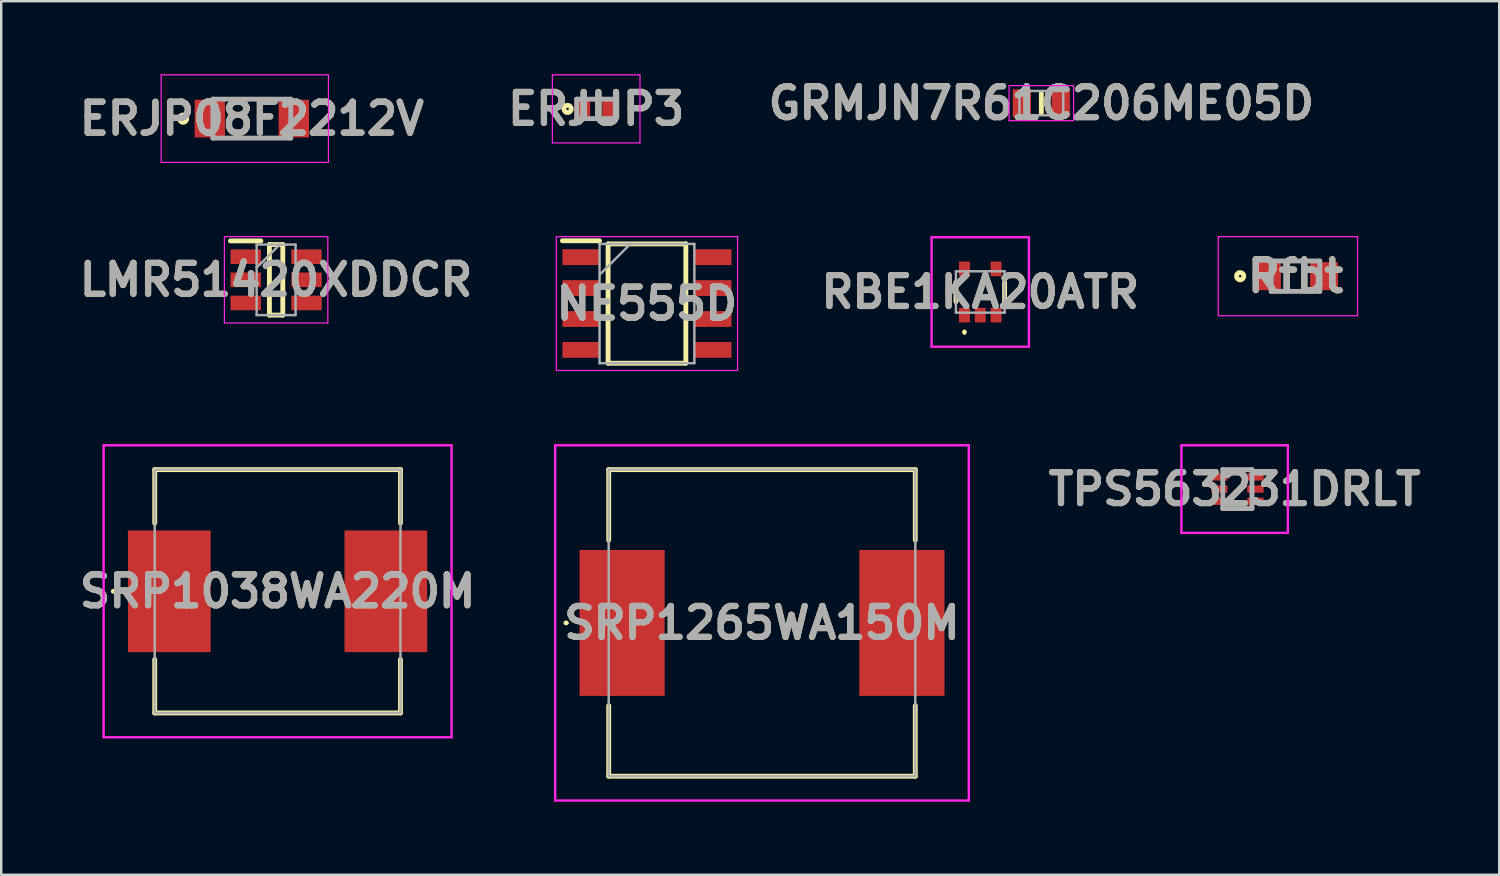
<source format=kicad_pcb>
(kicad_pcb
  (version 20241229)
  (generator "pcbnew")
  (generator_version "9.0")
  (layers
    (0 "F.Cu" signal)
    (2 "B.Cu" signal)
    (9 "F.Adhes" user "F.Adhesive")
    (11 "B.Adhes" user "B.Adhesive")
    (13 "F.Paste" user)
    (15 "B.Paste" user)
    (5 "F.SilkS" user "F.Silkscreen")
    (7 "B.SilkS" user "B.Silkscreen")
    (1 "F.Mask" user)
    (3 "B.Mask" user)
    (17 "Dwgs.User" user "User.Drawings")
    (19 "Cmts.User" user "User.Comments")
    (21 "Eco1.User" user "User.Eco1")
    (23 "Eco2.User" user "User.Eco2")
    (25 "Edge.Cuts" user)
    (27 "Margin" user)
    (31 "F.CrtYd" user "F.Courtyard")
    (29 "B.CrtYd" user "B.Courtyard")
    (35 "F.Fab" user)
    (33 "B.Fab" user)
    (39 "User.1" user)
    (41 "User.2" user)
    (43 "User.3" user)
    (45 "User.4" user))
  (footprint "ERJUP3"
    (layer "F.Cu")
    (at 21.451 1.425)
    (property "Reference" "ERJUP3" (at 0 0 0) (layer "F.SilkS") (effects (font (size 1.27 1.27) (thickness 0.254))))
    (attr smd)
    (fp_circle (center -1.175 0) (end -1.175 0.05) (stroke (width 0.2) (type solid)) (fill no) (layer "F.SilkS"))
    (fp_line (start -1.8 -1.4) (end 1.8 -1.4) (stroke (width 0.05) (type solid)) (layer "F.CrtYd"))
    (fp_line (start -1.8 1.4) (end -1.8 -1.4) (stroke (width 0.05) (type solid)) (layer "F.CrtYd"))
    (fp_line (start 1.8 -1.4) (end 1.8 1.4) (stroke (width 0.05) (type solid)) (layer "F.CrtYd"))
    (fp_line (start 1.8 1.4) (end -1.8 1.4) (stroke (width 0.05) (type solid)) (layer "F.CrtYd"))
    (fp_line (start -0.8 -0.4) (end 0.8 -0.4) (stroke (width 0.2) (type solid)) (layer "F.Fab"))
    (fp_line (start -0.8 0.4) (end -0.8 -0.4) (stroke (width 0.2) (type solid)) (layer "F.Fab"))
    (fp_line (start 0.8 -0.4) (end 0.8 0.4) (stroke (width 0.2) (type solid)) (layer "F.Fab"))
    (fp_line (start 0.8 0.4) (end -0.8 0.4) (stroke (width 0.2) (type solid)) (layer "F.Fab"))
    (fp_text user "${REFERENCE}" (at 0 0 0) (layer "F.Fab") (effects (font (size 1.27 1.27) (thickness 0.254))))
    (pad "1" smd rect (at -0.575 0) (size 0.65 0.9) (layers "F.Cu" "F.Mask" "F.Paste"))
    (pad "2" smd rect (at 0.575 0) (size 0.65 0.9) (layers "F.Cu" "F.Mask" "F.Paste")))
  (footprint "SRP1038WA220M"
    (layer "F.Cu")
    (at 8.358 21.25)
    (property "Reference" "SRP1038WA220M" (at 0 0 0) (layer "F.SilkS") (effects (font (size 1.27 1.27) (thickness 0.254))))
    (attr smd)
    (fp_line (start -6.8 0) (end -6.8 0) (stroke (width 0.1) (type solid)) (layer "F.SilkS"))
    (fp_line (start -6.7 0) (end -6.7 0) (stroke (width 0.1) (type solid)) (layer "F.SilkS"))
    (fp_line (start -5.05 -5) (end 5.05 -5) (stroke (width 0.2) (type solid)) (layer "F.SilkS"))
    (fp_line (start -5.05 -2.8) (end -5.05 -5) (stroke (width 0.2) (type solid)) (layer "F.SilkS"))
    (fp_line (start -5.05 5) (end -5.05 2.8) (stroke (width 0.2) (type solid)) (layer "F.SilkS"))
    (fp_line (start 5.05 -5) (end 5.05 -2.8) (stroke (width 0.2) (type solid)) (layer "F.SilkS"))
    (fp_line (start 5.05 2.8) (end 5.05 5) (stroke (width 0.2) (type solid)) (layer "F.SilkS"))
    (fp_line (start 5.05 5) (end -5.05 5) (stroke (width 0.2) (type solid)) (layer "F.SilkS"))
    (fp_arc (start -6.8 0) (mid -6.75 -0.05) (end -6.7 0) (stroke (width 0.1) (type solid)) (layer "F.SilkS"))
    (fp_arc (start -6.7 0) (mid -6.75 0.05) (end -6.8 0) (stroke (width 0.1) (type solid)) (layer "F.SilkS"))
    (fp_line (start -7.15 -6) (end 7.15 -6) (stroke (width 0.1) (type solid)) (layer "F.CrtYd"))
    (fp_line (start -7.15 6) (end -7.15 -6) (stroke (width 0.1) (type solid)) (layer "F.CrtYd"))
    (fp_line (start 7.15 -6) (end 7.15 6) (stroke (width 0.1) (type solid)) (layer "F.CrtYd"))
    (fp_line (start 7.15 6) (end -7.15 6) (stroke (width 0.1) (type solid)) (layer "F.CrtYd"))
    (fp_line (start -5.05 -5) (end -5.05 5) (stroke (width 0.1) (type solid)) (layer "F.Fab"))
    (fp_line (start -5.05 5) (end 5.05 5) (stroke (width 0.1) (type solid)) (layer "F.Fab"))
    (fp_line (start 5.05 -5) (end -5.05 -5) (stroke (width 0.1) (type solid)) (layer "F.Fab"))
    (fp_line (start 5.05 5) (end 5.05 -5) (stroke (width 0.1) (type solid)) (layer "F.Fab"))
    (fp_text user "${REFERENCE}" (at 0 0 0) (layer "F.Fab") (effects (font (size 1.27 1.27) (thickness 0.254))))
    (pad "1" smd rect (at -4.45 0) (size 3.4 5) (layers "F.Cu" "F.Mask" "F.Paste"))
    (pad "2" smd rect (at 4.45 0) (size 3.4 5) (layers "F.Cu" "F.Mask" "F.Paste")))
  (footprint "Rfbt"
    (layer "F.Cu")
    (at 50.191 8.3)
    (property "Reference" "Rfbt" (at 0 0 0) (layer "F.SilkS") (effects (font (size 1.27 1.27) (thickness 0.254))))
    (attr smd)
    (fp_circle (center -2.275 0) (end -2.275 0.05) (stroke (width 0.2) (type solid)) (fill no) (layer "F.SilkS"))
    (fp_line (start -3.175 -1.625) (end 2.55 -1.625) (stroke (width 0.05) (type solid)) (layer "F.CrtYd"))
    (fp_line (start -3.175 1.625) (end -3.175 -1.625) (stroke (width 0.05) (type solid)) (layer "F.CrtYd"))
    (fp_line (start 2.55 -1.625) (end 2.55 1.625) (stroke (width 0.05) (type solid)) (layer "F.CrtYd"))
    (fp_line (start 2.55 1.625) (end -3.175 1.625) (stroke (width 0.05) (type solid)) (layer "F.CrtYd"))
    (fp_line (start -1 -0.625) (end 1 -0.625) (stroke (width 0.2) (type solid)) (layer "F.Fab"))
    (fp_line (start -1 0.625) (end -1 -0.625) (stroke (width 0.2) (type solid)) (layer "F.Fab"))
    (fp_line (start 1 -0.625) (end 1 0.625) (stroke (width 0.2) (type solid)) (layer "F.Fab"))
    (fp_line (start 1 0.625) (end -1 0.625) (stroke (width 0.2) (type solid)) (layer "F.Fab"))
    (fp_text user "${REFERENCE}" (at 0 0 0) (layer "F.Fab") (effects (font (size 1.27 1.27) (thickness 0.254))))
    (pad "1" smd rect (at -1.175 0 90) (size 1.15 1.15) (layers "F.Cu" "F.Mask" "F.Paste"))
    (pad "2" smd rect (at 1.175 0 90) (size 1.15 1.15) (layers "F.Cu" "F.Mask" "F.Paste")))
  (footprint "RBE1KA20ATR"
    (layer "F.Cu")
    (at 37.236 8.95)
    (property "Reference" "RBE1KA20ATR" (at 0 0 0) (layer "F.SilkS") (effects (font (size 1.27 1.27) (thickness 0.254))))
    (attr smd)
    (fp_line (start -1 0.4) (end -1 -0.4) (stroke (width 0.2) (type solid)) (layer "F.SilkS"))
    (fp_line (start -0.65 1.6) (end -0.65 1.6) (stroke (width 0.1) (type solid)) (layer "F.SilkS"))
    (fp_line (start -0.65 1.7) (end -0.65 1.7) (stroke (width 0.1) (type solid)) (layer "F.SilkS"))
    (fp_line (start 1 0.4) (end 1 -0.4) (stroke (width 0.2) (type solid)) (layer "F.SilkS"))
    (fp_arc (start -0.65 1.6) (mid -0.6 1.65) (end -0.65 1.7) (stroke (width 0.1) (type solid)) (layer "F.SilkS"))
    (fp_arc (start -0.65 1.7) (mid -0.7 1.65) (end -0.65 1.6) (stroke (width 0.1) (type solid)) (layer "F.SilkS"))
    (fp_line (start -2 -2.25) (end -2 2.25) (stroke (width 0.1) (type solid)) (layer "F.CrtYd"))
    (fp_line (start -2 2.25) (end 2 2.25) (stroke (width 0.1) (type solid)) (layer "F.CrtYd"))
    (fp_line (start 2 -2.25) (end -2 -2.25) (stroke (width 0.1) (type solid)) (layer "F.CrtYd"))
    (fp_line (start 2 2.25) (end 2 -2.25) (stroke (width 0.1) (type solid)) (layer "F.CrtYd"))
    (fp_line (start -1 -0.85) (end 1 -0.85) (stroke (width 0.1) (type solid)) (layer "F.Fab"))
    (fp_line (start -1 0.85) (end -1 -0.85) (stroke (width 0.1) (type solid)) (layer "F.Fab"))
    (fp_line (start 1 -0.85) (end 1 0.85) (stroke (width 0.1) (type solid)) (layer "F.Fab"))
    (fp_line (start 1 0.85) (end -1 0.85) (stroke (width 0.1) (type solid)) (layer "F.Fab"))
    (fp_text user "${REFERENCE}" (at 0 0 0) (layer "F.Fab") (effects (font (size 1.27 1.27) (thickness 0.254))))
    (pad "1" smd rect (at -0.65 0.95) (size 0.45 0.6) (layers "F.Cu" "F.Mask" "F.Paste"))
    (pad "2" smd rect (at 0 0.95) (size 0.45 0.6) (layers "F.Cu" "F.Mask" "F.Paste"))
    (pad "3" smd rect (at 0.65 0.95) (size 0.45 0.6) (layers "F.Cu" "F.Mask" "F.Paste"))
    (pad "4" smd rect (at 0.65 -0.95) (size 0.45 0.6) (layers "F.Cu" "F.Mask" "F.Paste"))
    (pad "5" smd rect (at -0.65 -0.95) (size 0.45 0.6) (layers "F.Cu" "F.Mask" "F.Paste")))
  (footprint "SRP1265WA150M"
    (layer "F.Cu")
    (at 28.266 22.55)
    (property "Reference" "SRP1265WA150M" (at 0 0 0) (layer "F.SilkS") (effects (font (size 1.27 1.27) (thickness 0.254))))
    (attr smd)
    (fp_line (start -8.1 0) (end -8.1 0) (stroke (width 0.1) (type solid)) (layer "F.SilkS"))
    (fp_line (start -8 0) (end -8 0) (stroke (width 0.1) (type solid)) (layer "F.SilkS"))
    (fp_line (start -6.3 -6.3) (end 6.3 -6.3) (stroke (width 0.2) (type solid)) (layer "F.SilkS"))
    (fp_line (start -6.3 -3.4) (end -6.3 -6.3) (stroke (width 0.2) (type solid)) (layer "F.SilkS"))
    (fp_line (start -6.3 6.3) (end -6.3 3.4) (stroke (width 0.2) (type solid)) (layer "F.SilkS"))
    (fp_line (start 6.3 -6.3) (end 6.3 -3.4) (stroke (width 0.2) (type solid)) (layer "F.SilkS"))
    (fp_line (start 6.3 3.4) (end 6.3 6.3) (stroke (width 0.2) (type solid)) (layer "F.SilkS"))
    (fp_line (start 6.3 6.3) (end -6.3 6.3) (stroke (width 0.2) (type solid)) (layer "F.SilkS"))
    (fp_arc (start -8.1 0) (mid -8.05 -0.05) (end -8 0) (stroke (width 0.1) (type solid)) (layer "F.SilkS"))
    (fp_arc (start -8 0) (mid -8.05 0.05) (end -8.1 0) (stroke (width 0.1) (type solid)) (layer "F.SilkS"))
    (fp_line (start -8.5 -7.3) (end 8.5 -7.3) (stroke (width 0.1) (type solid)) (layer "F.CrtYd"))
    (fp_line (start -8.5 7.3) (end -8.5 -7.3) (stroke (width 0.1) (type solid)) (layer "F.CrtYd"))
    (fp_line (start 8.5 -7.3) (end 8.5 7.3) (stroke (width 0.1) (type solid)) (layer "F.CrtYd"))
    (fp_line (start 8.5 7.3) (end -8.5 7.3) (stroke (width 0.1) (type solid)) (layer "F.CrtYd"))
    (fp_line (start -6.3 -6.3) (end -6.3 6.3) (stroke (width 0.1) (type solid)) (layer "F.Fab"))
    (fp_line (start -6.3 6.3) (end 6.3 6.3) (stroke (width 0.1) (type solid)) (layer "F.Fab"))
    (fp_line (start 6.3 -6.3) (end -6.3 -6.3) (stroke (width 0.1) (type solid)) (layer "F.Fab"))
    (fp_line (start 6.3 6.3) (end 6.3 -6.3) (stroke (width 0.1) (type solid)) (layer "F.Fab"))
    (fp_text user "${REFERENCE}" (at 0 0 0) (layer "F.Fab") (effects (font (size 1.27 1.27) (thickness 0.254))))
    (pad "1" smd rect (at -5.75 0) (size 3.5 6) (layers "F.Cu" "F.Mask" "F.Paste"))
    (pad "2" smd rect (at 5.75 0) (size 3.5 6) (layers "F.Cu" "F.Mask" "F.Paste")))
  (footprint "LMR51420XDDCR"
    (layer "F.Cu")
    (at 8.297 8.45)
    (property "Reference" "LMR51420XDDCR" (at 0 0 0) (layer "F.SilkS") (effects (font (size 1.27 1.27) (thickness 0.254))))
    (attr smd)
    (fp_line (start -1.875 -1.6) (end -0.625 -1.6) (stroke (width 0.2) (type solid)) (layer "F.SilkS"))
    (fp_line (start -0.275 -1.45) (end 0.275 -1.45) (stroke (width 0.2) (type solid)) (layer "F.SilkS"))
    (fp_line (start -0.275 1.45) (end -0.275 -1.45) (stroke (width 0.2) (type solid)) (layer "F.SilkS"))
    (fp_line (start 0.275 -1.45) (end 0.275 1.45) (stroke (width 0.2) (type solid)) (layer "F.SilkS"))
    (fp_line (start 0.275 1.45) (end -0.275 1.45) (stroke (width 0.2) (type solid)) (layer "F.SilkS"))
    (fp_line (start -2.125 -1.775) (end 2.125 -1.775) (stroke (width 0.05) (type solid)) (layer "F.CrtYd"))
    (fp_line (start -2.125 1.775) (end -2.125 -1.775) (stroke (width 0.05) (type solid)) (layer "F.CrtYd"))
    (fp_line (start 2.125 -1.775) (end 2.125 1.775) (stroke (width 0.05) (type solid)) (layer "F.CrtYd"))
    (fp_line (start 2.125 1.775) (end -2.125 1.775) (stroke (width 0.05) (type solid)) (layer "F.CrtYd"))
    (fp_line (start -0.8 -1.45) (end 0.8 -1.45) (stroke (width 0.1) (type solid)) (layer "F.Fab"))
    (fp_line (start -0.8 -0.5) (end 0.15 -1.45) (stroke (width 0.1) (type solid)) (layer "F.Fab"))
    (fp_line (start -0.8 1.45) (end -0.8 -1.45) (stroke (width 0.1) (type solid)) (layer "F.Fab"))
    (fp_line (start 0.8 -1.45) (end 0.8 1.45) (stroke (width 0.1) (type solid)) (layer "F.Fab"))
    (fp_line (start 0.8 1.45) (end -0.8 1.45) (stroke (width 0.1) (type solid)) (layer "F.Fab"))
    (fp_text user "${REFERENCE}" (at 0 0 0) (layer "F.Fab") (effects (font (size 1.27 1.27) (thickness 0.254))))
    (pad "1" smd rect (at -1.25 -0.95 90) (size 0.6 1.25) (layers "F.Cu" "F.Mask" "F.Paste"))
    (pad "2" smd rect (at -1.25 0 90) (size 0.6 1.25) (layers "F.Cu" "F.Mask" "F.Paste"))
    (pad "3" smd rect (at -1.25 0.95 90) (size 0.6 1.25) (layers "F.Cu" "F.Mask" "F.Paste"))
    (pad "4" smd rect (at 1.25 0.95 90) (size 0.6 1.25) (layers "F.Cu" "F.Mask" "F.Paste"))
    (pad "5" smd rect (at 1.25 0 90) (size 0.6 1.25) (layers "F.Cu" "F.Mask" "F.Paste"))
    (pad "6" smd rect (at 1.25 -0.95 90) (size 0.6 1.25) (layers "F.Cu" "F.Mask" "F.Paste")))
  (footprint "TPS563231DRLT"
    (layer "F.Cu")
    (at 47.803 17.05)
    (property "Reference" "TPS563231DRLT" (at -0.113 0 0) (layer "F.SilkS") (effects (font (size 1.27 1.27) (thickness 0.254))))
    (attr smd)
    (fp_line (start -1.3 -0.7) (end -1.3 -0.7) (stroke (width 0.1) (type solid)) (layer "F.SilkS"))
    (fp_line (start -1.2 -0.7) (end -1.2 -0.7) (stroke (width 0.1) (type solid)) (layer "F.SilkS"))
    (fp_line (start -0.6 -0.8) (end 0.6 -0.8) (stroke (width 0.1) (type solid)) (layer "F.SilkS"))
    (fp_line (start -0.6 0.8) (end 0.6 0.8) (stroke (width 0.1) (type solid)) (layer "F.SilkS"))
    (fp_arc (start -1.3 -0.7) (mid -1.25 -0.75) (end -1.2 -0.7) (stroke (width 0.1) (type solid)) (layer "F.SilkS"))
    (fp_arc (start -1.2 -0.7) (mid -1.25 -0.65) (end -1.3 -0.7) (stroke (width 0.1) (type solid)) (layer "F.SilkS"))
    (fp_line (start -2.3 -1.8) (end 2.075 -1.8) (stroke (width 0.1) (type solid)) (layer "F.CrtYd"))
    (fp_line (start -2.3 1.8) (end -2.3 -1.8) (stroke (width 0.1) (type solid)) (layer "F.CrtYd"))
    (fp_line (start 2.075 -1.8) (end 2.075 1.8) (stroke (width 0.1) (type solid)) (layer "F.CrtYd"))
    (fp_line (start 2.075 1.8) (end -2.3 1.8) (stroke (width 0.1) (type solid)) (layer "F.CrtYd"))
    (fp_line (start -0.6 -0.8) (end 0.6 -0.8) (stroke (width 0.2) (type solid)) (layer "F.Fab"))
    (fp_line (start -0.6 0.8) (end -0.6 -0.8) (stroke (width 0.2) (type solid)) (layer "F.Fab"))
    (fp_line (start 0.6 -0.8) (end 0.6 0.8) (stroke (width 0.2) (type solid)) (layer "F.Fab"))
    (fp_line (start 0.6 0.8) (end -0.6 0.8) (stroke (width 0.2) (type solid)) (layer "F.Fab"))
    (fp_text user "${REFERENCE}" (at -0.113 0 0) (layer "F.Fab") (effects (font (size 1.27 1.27) (thickness 0.254))))
    (pad "1" smd rect (at -0.74 -0.5 90) (size 0.3 0.67) (layers "F.Cu" "F.Mask" "F.Paste"))
    (pad "2" smd rect (at -0.74 0 90) (size 0.3 0.67) (layers "F.Cu" "F.Mask" "F.Paste"))
    (pad "3" smd rect (at -0.74 0.5 90) (size 0.3 0.67) (layers "F.Cu" "F.Mask" "F.Paste"))
    (pad "4" smd rect (at 0.74 0.5 90) (size 0.3 0.67) (layers "F.Cu" "F.Mask" "F.Paste"))
    (pad "5" smd rect (at 0.74 0 90) (size 0.3 0.67) (layers "F.Cu" "F.Mask" "F.Paste"))
    (pad "6" smd rect (at 0.74 -0.5 90) (size 0.3 0.67) (layers "F.Cu" "F.Mask" "F.Paste")))
  (footprint "NE555D"
    (layer "F.Cu")
    (at 23.538 9.425)
    (property "Reference" "NE555D" (at 0 0 0) (layer "F.SilkS") (effects (font (size 1.27 1.27) (thickness 0.254))))
    (attr smd)
    (fp_line (start -3.475 -2.58) (end -1.948 -2.58) (stroke (width 0.2) (type solid)) (layer "F.SilkS"))
    (fp_line (start -1.598 -2.452) (end 1.598 -2.452) (stroke (width 0.2) (type solid)) (layer "F.SilkS"))
    (fp_line (start -1.598 2.452) (end -1.598 -2.452) (stroke (width 0.2) (type solid)) (layer "F.SilkS"))
    (fp_line (start 1.598 -2.452) (end 1.598 2.452) (stroke (width 0.2) (type solid)) (layer "F.SilkS"))
    (fp_line (start 1.598 2.452) (end -1.598 2.452) (stroke (width 0.2) (type solid)) (layer "F.SilkS"))
    (fp_line (start -3.725 -2.75) (end 3.725 -2.75) (stroke (width 0.05) (type solid)) (layer "F.CrtYd"))
    (fp_line (start -3.725 2.75) (end -3.725 -2.75) (stroke (width 0.05) (type solid)) (layer "F.CrtYd"))
    (fp_line (start 3.725 -2.75) (end 3.725 2.75) (stroke (width 0.05) (type solid)) (layer "F.CrtYd"))
    (fp_line (start 3.725 2.75) (end -3.725 2.75) (stroke (width 0.05) (type solid)) (layer "F.CrtYd"))
    (fp_line (start -1.948 -2.452) (end 1.948 -2.452) (stroke (width 0.1) (type solid)) (layer "F.Fab"))
    (fp_line (start -1.948 -1.182) (end -0.678 -2.452) (stroke (width 0.1) (type solid)) (layer "F.Fab"))
    (fp_line (start -1.948 2.452) (end -1.948 -2.452) (stroke (width 0.1) (type solid)) (layer "F.Fab"))
    (fp_line (start 1.948 -2.452) (end 1.948 2.452) (stroke (width 0.1) (type solid)) (layer "F.Fab"))
    (fp_line (start 1.948 2.452) (end -1.948 2.452) (stroke (width 0.1) (type solid)) (layer "F.Fab"))
    (fp_text user "${REFERENCE}" (at 0 0 0) (layer "F.Fab") (effects (font (size 1.27 1.27) (thickness 0.254))))
    (pad "1" smd rect (at -2.711 -1.905 90) (size 0.65 1.528) (layers "F.Cu" "F.Mask" "F.Paste"))
    (pad "2" smd rect (at -2.711 -0.635 90) (size 0.65 1.528) (layers "F.Cu" "F.Mask" "F.Paste"))
    (pad "3" smd rect (at -2.711 0.635 90) (size 0.65 1.528) (layers "F.Cu" "F.Mask" "F.Paste"))
    (pad "4" smd rect (at -2.711 1.905 90) (size 0.65 1.528) (layers "F.Cu" "F.Mask" "F.Paste"))
    (pad "5" smd rect (at 2.711 1.905 90) (size 0.65 1.528) (layers "F.Cu" "F.Mask" "F.Paste"))
    (pad "6" smd rect (at 2.711 0.635 90) (size 0.65 1.528) (layers "F.Cu" "F.Mask" "F.Paste"))
    (pad "7" smd rect (at 2.711 -0.635 90) (size 0.65 1.528) (layers "F.Cu" "F.Mask" "F.Paste"))
    (pad "8" smd rect (at 2.711 -1.905 90) (size 0.65 1.528) (layers "F.Cu" "F.Mask" "F.Paste")))
  (footprint "ERJP08F2212V"
    (layer "F.Cu")
    (at 7.299 1.825)
    (property "Reference" "ERJP08F2212V" (at 0 0 0) (layer "F.SilkS") (effects (font (size 1.27 1.27) (thickness 0.254))))
    (attr smd)
    (fp_circle (center -2.825 0) (end -2.825 0.05) (stroke (width 0.2) (type solid)) (fill no) (layer "F.SilkS"))
    (fp_line (start -3.725 -1.8) (end 3.15 -1.8) (stroke (width 0.05) (type solid)) (layer "F.CrtYd"))
    (fp_line (start -3.725 1.8) (end -3.725 -1.8) (stroke (width 0.05) (type solid)) (layer "F.CrtYd"))
    (fp_line (start 3.15 -1.8) (end 3.15 1.8) (stroke (width 0.05) (type solid)) (layer "F.CrtYd"))
    (fp_line (start 3.15 1.8) (end -3.725 1.8) (stroke (width 0.05) (type solid)) (layer "F.CrtYd"))
    (fp_line (start -1.6 -0.8) (end 1.6 -0.8) (stroke (width 0.2) (type solid)) (layer "F.Fab"))
    (fp_line (start -1.6 0.8) (end -1.6 -0.8) (stroke (width 0.2) (type solid)) (layer "F.Fab"))
    (fp_line (start 1.6 -0.8) (end 1.6 0.8) (stroke (width 0.2) (type solid)) (layer "F.Fab"))
    (fp_line (start 1.6 0.8) (end -1.6 0.8) (stroke (width 0.2) (type solid)) (layer "F.Fab"))
    (fp_text user "${REFERENCE}" (at 0 0 0) (layer "F.Fab") (effects (font (size 1.27 1.27) (thickness 0.254))))
    (pad "1" smd rect (at -1.725 0) (size 1.25 1.55) (layers "F.Cu" "F.Mask" "F.Paste"))
    (pad "2" smd rect (at 1.725 0) (size 1.25 1.55) (layers "F.Cu" "F.Mask" "F.Paste")))
  (footprint "GRMJN7R61C206ME05D"
    (layer "F.Cu")
    (at 39.746 1.189)
    (property "Reference" "GRMJN7R61C206ME05D" (at 0 0 0) (layer "F.SilkS") (effects (font (size 1.27 1.27) (thickness 0.254))))
    (attr smd)
    (fp_line (start 0 -0.4) (end 0 0.4) (stroke (width 0.2) (type solid)) (layer "F.SilkS"))
    (fp_line (start -1.325 -0.72) (end 1.325 -0.72) (stroke (width 0.05) (type solid)) (layer "F.CrtYd"))
    (fp_line (start -1.325 0.72) (end -1.325 -0.72) (stroke (width 0.05) (type solid)) (layer "F.CrtYd"))
    (fp_line (start 1.325 -0.72) (end 1.325 0.72) (stroke (width 0.05) (type solid)) (layer "F.CrtYd"))
    (fp_line (start 1.325 0.72) (end -1.325 0.72) (stroke (width 0.05) (type solid)) (layer "F.CrtYd"))
    (fp_line (start -0.9 -0.5) (end 0.9 -0.5) (stroke (width 0.1) (type solid)) (layer "F.Fab"))
    (fp_line (start -0.9 0.5) (end -0.9 -0.5) (stroke (width 0.1) (type solid)) (layer "F.Fab"))
    (fp_line (start 0.9 -0.5) (end 0.9 0.5) (stroke (width 0.1) (type solid)) (layer "F.Fab"))
    (fp_line (start 0.9 0.5) (end -0.9 0.5) (stroke (width 0.1) (type solid)) (layer "F.Fab"))
    (fp_text user "${REFERENCE}" (at 0 0 0) (layer "F.Fab") (effects (font (size 1.27 1.27) (thickness 0.254))))
    (pad "1" smd rect (at -0.8 0) (size 0.75 1.14) (layers "F.Cu" "F.Mask" "F.Paste"))
    (pad "2" smd rect (at 0.8 0) (size 0.75 1.14) (layers "F.Cu" "F.Mask" "F.Paste")))
  (gr_rect
    (start -3 -3)
    (end 58.564 32.9)
    (stroke (width 0.1) (type default))
    (fill no)
    (layer "Edge.Cuts")))
</source>
